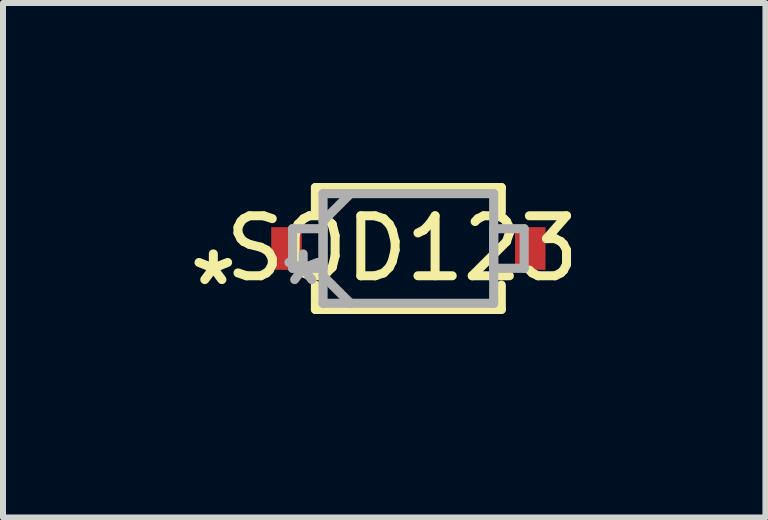
<source format=kicad_pcb>
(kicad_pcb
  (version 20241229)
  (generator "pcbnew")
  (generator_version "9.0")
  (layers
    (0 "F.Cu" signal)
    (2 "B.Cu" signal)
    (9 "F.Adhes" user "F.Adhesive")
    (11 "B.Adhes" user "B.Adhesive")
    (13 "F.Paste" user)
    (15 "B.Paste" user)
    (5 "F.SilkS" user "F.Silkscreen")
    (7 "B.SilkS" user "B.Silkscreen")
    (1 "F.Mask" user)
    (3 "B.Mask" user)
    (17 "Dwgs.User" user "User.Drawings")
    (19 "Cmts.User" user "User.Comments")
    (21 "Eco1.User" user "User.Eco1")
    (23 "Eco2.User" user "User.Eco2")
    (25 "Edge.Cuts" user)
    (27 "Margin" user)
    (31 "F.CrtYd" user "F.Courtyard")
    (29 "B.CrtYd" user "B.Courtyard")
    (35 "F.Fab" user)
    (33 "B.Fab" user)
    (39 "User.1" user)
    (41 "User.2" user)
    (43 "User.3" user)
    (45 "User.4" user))
  (footprint "SOD123"
    (layer "F.Cu")
    (at 3.757 1.092)
    (property "Reference" "SOD123" (at -0.102 0 0) (layer "F.SilkS") (effects (font (size 1 1) (thickness 0.15))))
    (attr through_hole)
    (fp_line (start -1.549 -1.016) (end -1.549 -0.61) (stroke (width 0.152) (type solid)) (layer "F.SilkS"))
    (fp_line (start -1.549 0.61) (end -1.549 1.016) (stroke (width 0.152) (type solid)) (layer "F.SilkS"))
    (fp_line (start -1.549 1.016) (end 1.549 1.016) (stroke (width 0.152) (type solid)) (layer "F.SilkS"))
    (fp_line (start 1.549 -1.016) (end -1.549 -1.016) (stroke (width 0.152) (type solid)) (layer "F.SilkS"))
    (fp_line (start 1.549 -0.61) (end 1.549 -1.016) (stroke (width 0.152) (type solid)) (layer "F.SilkS"))
    (fp_line (start 1.549 1.016) (end 1.549 0.61) (stroke (width 0.152) (type solid)) (layer "F.SilkS"))
    (fp_line (start -1.93 -0.33) (end -1.93 0.33) (stroke (width 0.152) (type solid)) (layer "F.Fab"))
    (fp_line (start -1.93 0.33) (end -1.422 0.33) (stroke (width 0.152) (type solid)) (layer "F.Fab"))
    (fp_line (start -1.422 -0.914) (end -1.422 0.914) (stroke (width 0.152) (type solid)) (layer "F.Fab"))
    (fp_line (start -1.422 -0.457) (end -0.965 -0.914) (stroke (width 0.152) (type solid)) (layer "F.Fab"))
    (fp_line (start -1.422 -0.33) (end -1.93 -0.33) (stroke (width 0.152) (type solid)) (layer "F.Fab"))
    (fp_line (start -1.422 0.33) (end -1.422 -0.33) (stroke (width 0.152) (type solid)) (layer "F.Fab"))
    (fp_line (start -1.422 0.457) (end -0.965 0.914) (stroke (width 0.152) (type solid)) (layer "F.Fab"))
    (fp_line (start -1.422 0.914) (end 1.422 0.914) (stroke (width 0.152) (type solid)) (layer "F.Fab"))
    (fp_line (start 1.422 -0.914) (end -1.422 -0.914) (stroke (width 0.152) (type solid)) (layer "F.Fab"))
    (fp_line (start 1.422 -0.33) (end 1.422 0.33) (stroke (width 0.152) (type solid)) (layer "F.Fab"))
    (fp_line (start 1.422 0.33) (end 1.93 0.33) (stroke (width 0.152) (type solid)) (layer "F.Fab"))
    (fp_line (start 1.422 0.914) (end 1.422 -0.914) (stroke (width 0.152) (type solid)) (layer "F.Fab"))
    (fp_line (start 1.93 -0.33) (end 1.422 -0.33) (stroke (width 0.152) (type solid)) (layer "F.Fab"))
    (fp_line (start 1.93 0.33) (end 1.93 -0.33) (stroke (width 0.152) (type solid)) (layer "F.Fab"))
    (fp_text user "*" (at -3.251 0.635 0) (layer "F.SilkS") (effects (font (size 1 1) (thickness 0.15))))
    (fp_text user "*" (at -1.753 0.635 0) (layer "F.Fab") (effects (font (size 1 1) (thickness 0.15))))
    (pad "1" smd rect (at -2.032 0) (size 0.508 0.711) (layers "F.Cu" "F.Mask" "F.Paste"))
    (pad "2" smd rect (at 2.032 0) (size 0.508 0.711) (layers "F.Cu" "F.Mask" "F.Paste"))
    (zone (net_name "") (layer "F.Cu") (hatch full 0.508) (connect_pads) (min_thickness 0.025) (filled_areas_thickness no) (keepout (tracks not_allowed) (vias not_allowed) (pads not_allowed) (copperpour not_allowed) (footprints allowed)) (placement (enabled no)) (fill) (polygon (pts (xy 2.03 0.241) (xy 5.484 0.241) (xy 5.484 1.943) (xy 2.03 1.943))))
    (zone (net_name "") (layer "F.Cu") (hatch full 0.508) (connect_pads) (min_thickness 0.025) (filled_areas_thickness no) (keepout (tracks not_allowed) (vias not_allowed) (pads not_allowed) (copperpour not_allowed) (footprints allowed)) (placement (enabled no)) (fill) (polygon (pts (xy 2.03 0.241) (xy 5.484 0.241) (xy 5.484 1.943) (xy 2.03 1.943)))))
  (gr_rect
    (start -3 -3)
    (end 9.709 5.575)
    (stroke (width 0.1) (type default))
    (fill no)
    (layer "Edge.Cuts")))
</source>
